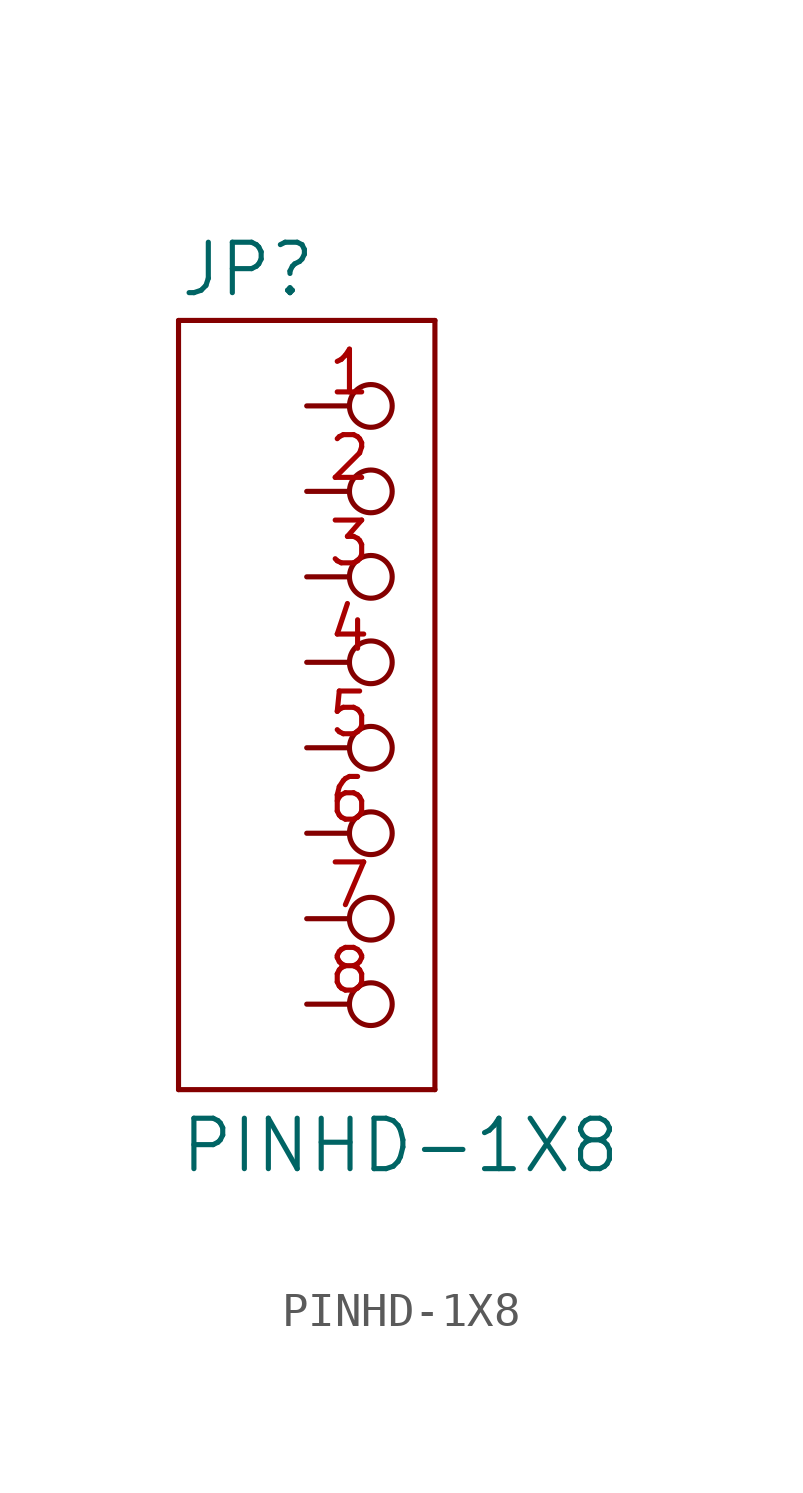
<source format=kicad_sym>
(kicad_symbol_lib
  (version 20231120)
  (generator "kicad_symbol_editor")
  (generator_version "8.0")
  (symbol "PINHD-1X8"
    (pin_names
      (offset 1.016))
    (property "Reference" "JP"
      (at -6.35 10.795 0)
      (effects (font (size 1.499 1.499)) (justify left bottom)))
    (property "Value" "PINHD-1X8"
      (at -6.35 -15.24 0)
      (effects (font (size 1.499 1.499)) (justify left bottom)))
    (symbol "PINHD-1X8_1_0"
      (polyline (pts (xy -6.35 -12.7) (xy 1.27 -12.7)) (stroke (width 0) (type solid)) (fill (type none)))
      (polyline (pts (xy -6.35 10.16) (xy -6.35 -12.7)) (stroke (width 0) (type solid)) (fill (type none)))
      (polyline (pts (xy 1.27 -12.7) (xy 1.27 10.16)) (stroke (width 0) (type solid)) (fill (type none)))
      (polyline (pts (xy 1.27 10.16) (xy -6.35 10.16)) (stroke (width 0) (type solid)) (fill (type none)))
      (pin passive inverted (at -2.54 7.62 0) (length 2.54) (name "1" (effects (font (size 0 0)))) (number "1" (effects (font (size 1.27 1.27)))))
      (pin passive inverted (at -2.54 5.08 0) (length 2.54) (name "2" (effects (font (size 0 0)))) (number "2" (effects (font (size 1.27 1.27)))))
      (pin passive inverted (at -2.54 2.54 0) (length 2.54) (name "3" (effects (font (size 0 0)))) (number "3" (effects (font (size 1.27 1.27)))))
      (pin passive inverted (at -2.54 0 0) (length 2.54) (name "4" (effects (font (size 0 0)))) (number "4" (effects (font (size 1.27 1.27)))))
      (pin passive inverted (at -2.54 -2.54 0) (length 2.54) (name "5" (effects (font (size 0 0)))) (number "5" (effects (font (size 1.27 1.27)))))
      (pin passive inverted (at -2.54 -5.08 0) (length 2.54) (name "6" (effects (font (size 0 0)))) (number "6" (effects (font (size 1.27 1.27)))))
      (pin passive inverted (at -2.54 -7.62 0) (length 2.54) (name "7" (effects (font (size 0 0)))) (number "7" (effects (font (size 1.27 1.27)))))
      (pin passive inverted (at -2.54 -10.16 0) (length 2.54) (name "8" (effects (font (size 0 0)))) (number "8" (effects (font (size 1.27 1.27))))))))
</source>
